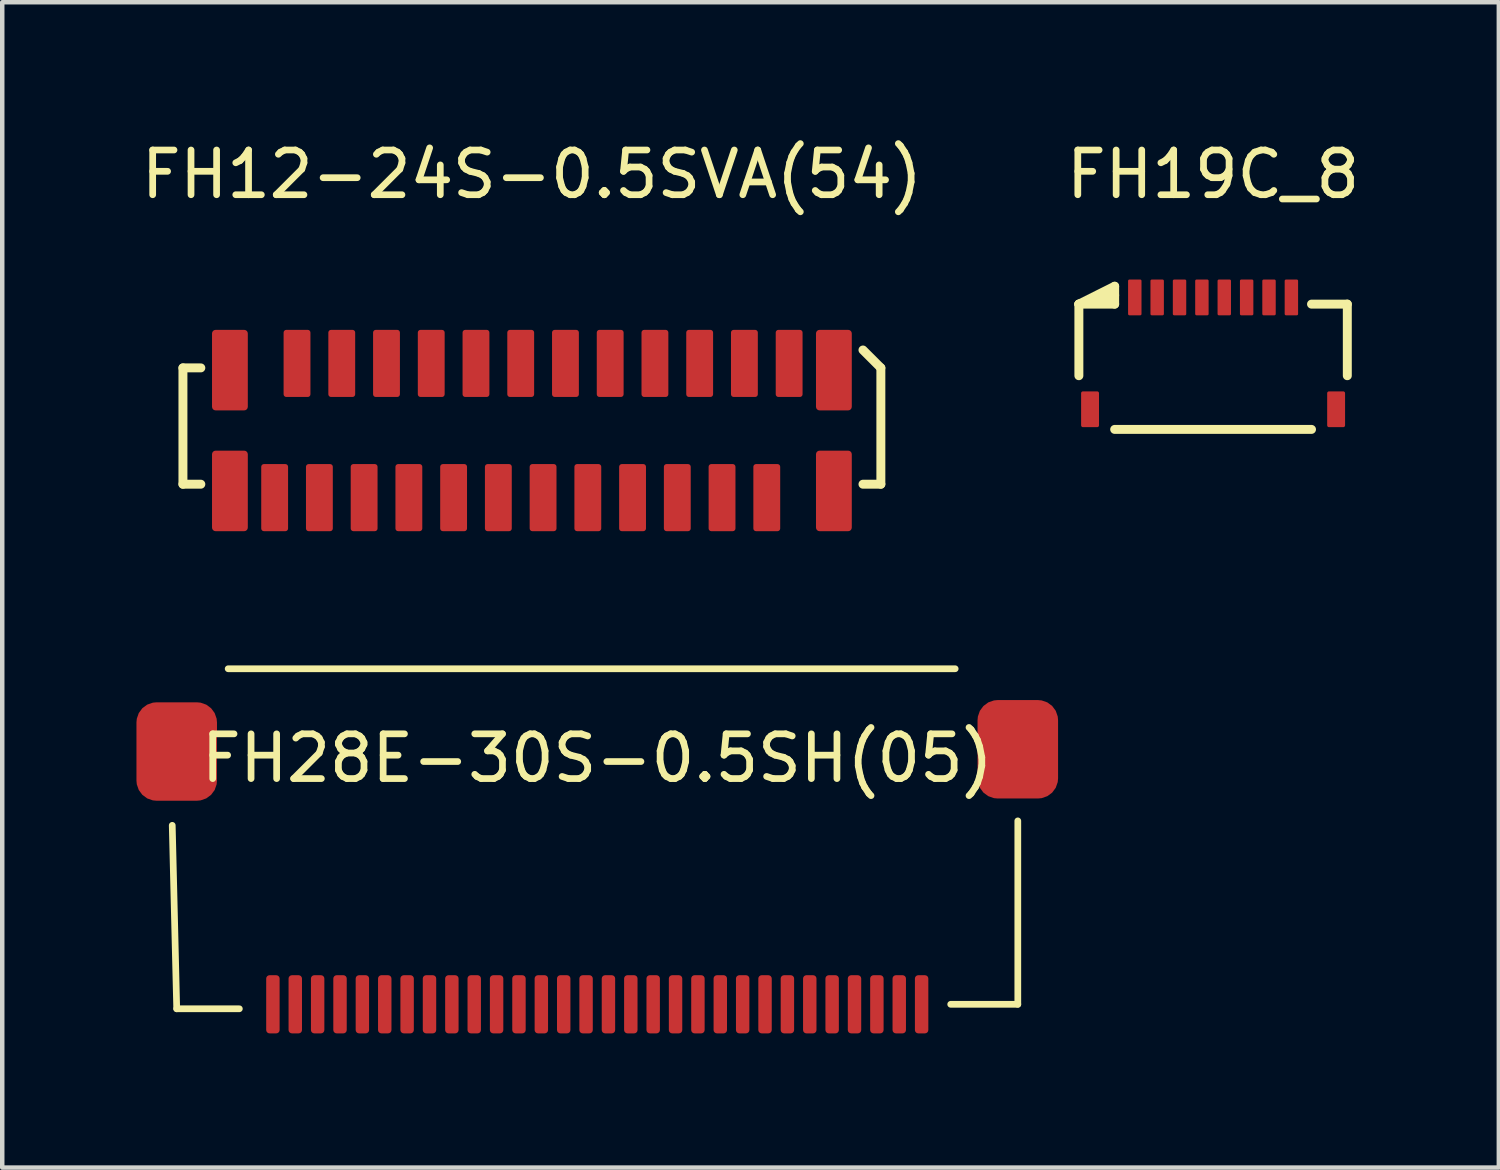
<source format=kicad_pcb>
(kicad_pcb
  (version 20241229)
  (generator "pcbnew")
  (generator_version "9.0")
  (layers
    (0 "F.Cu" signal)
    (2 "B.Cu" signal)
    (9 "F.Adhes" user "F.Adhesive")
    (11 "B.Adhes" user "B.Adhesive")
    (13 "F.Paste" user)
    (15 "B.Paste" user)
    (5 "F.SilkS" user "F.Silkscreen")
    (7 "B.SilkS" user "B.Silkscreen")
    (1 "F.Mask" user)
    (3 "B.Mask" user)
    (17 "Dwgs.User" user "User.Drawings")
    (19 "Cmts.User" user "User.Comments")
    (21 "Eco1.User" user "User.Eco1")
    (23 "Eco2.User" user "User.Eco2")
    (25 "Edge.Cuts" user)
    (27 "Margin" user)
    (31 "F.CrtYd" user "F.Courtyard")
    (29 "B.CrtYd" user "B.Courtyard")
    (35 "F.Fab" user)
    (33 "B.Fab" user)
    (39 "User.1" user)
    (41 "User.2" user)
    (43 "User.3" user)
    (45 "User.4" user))
  (footprint "FH19C_8"
    (layer "F.Cu")
    (at 24.065 6.348)
    (property "Reference" "FH19C_8" (at 0 -5.5 0) (layer "F.SilkS") (effects (font (size 1 1) (thickness 0.15))))
    (attr through_hole)
    (fp_line (start -3 -2.6) (end -3 -1) (stroke (width 0.2) (type solid)) (layer "F.SilkS"))
    (fp_line (start -3 -2.6) (end -2.2 -3) (stroke (width 0.2) (type solid)) (layer "F.SilkS"))
    (fp_line (start -3 -2.6) (end -2.2 -2.8) (stroke (width 0.2) (type solid)) (layer "F.SilkS"))
    (fp_line (start -2.2 -3) (end -2.2 -2.6) (stroke (width 0.2) (type solid)) (layer "F.SilkS"))
    (fp_line (start -2.2 -2.6) (end -3 -2.6) (stroke (width 0.2) (type solid)) (layer "F.SilkS"))
    (fp_line (start -2.2 0.2) (end 2.2 0.2) (stroke (width 0.2) (type solid)) (layer "F.SilkS"))
    (fp_line (start 2.2 -2.6) (end 3 -2.6) (stroke (width 0.2) (type solid)) (layer "F.SilkS"))
    (fp_line (start 3 -2.6) (end 3 -1) (stroke (width 0.2) (type solid)) (layer "F.SilkS"))
    (pad "" smd roundrect (at -2.75 -0.25) (size 0.4 0.8) (layers "F.Cu" "F.Mask" "F.Paste") (roundrect_rratio 0.1))
    (pad "" smd roundrect (at 2.75 -0.25) (size 0.4 0.8) (layers "F.Cu" "F.Mask" "F.Paste") (roundrect_rratio 0.1))
    (pad "1" smd roundrect (at -1.75 -2.75) (size 0.3 0.8) (layers "F.Cu" "F.Mask" "F.Paste") (roundrect_rratio 0.1))
    (pad "2" smd roundrect (at -1.25 -2.75) (size 0.3 0.8) (layers "F.Cu" "F.Mask" "F.Paste") (roundrect_rratio 0.1))
    (pad "3" smd roundrect (at -0.75 -2.75) (size 0.3 0.8) (layers "F.Cu" "F.Mask" "F.Paste") (roundrect_rratio 0.1))
    (pad "4" smd roundrect (at -0.25 -2.75) (size 0.3 0.8) (layers "F.Cu" "F.Mask" "F.Paste") (roundrect_rratio 0.1))
    (pad "5" smd roundrect (at 0.25 -2.75) (size 0.3 0.8) (layers "F.Cu" "F.Mask" "F.Paste") (roundrect_rratio 0.1))
    (pad "6" smd roundrect (at 0.75 -2.75) (size 0.3 0.8) (layers "F.Cu" "F.Mask" "F.Paste") (roundrect_rratio 0.1))
    (pad "7" smd roundrect (at 1.25 -2.75) (size 0.3 0.8) (layers "F.Cu" "F.Mask" "F.Paste") (roundrect_rratio 0.1))
    (pad "8" smd roundrect (at 1.75 -2.75) (size 0.3 0.8) (layers "F.Cu" "F.Mask" "F.Paste") (roundrect_rratio 0.1)))
  (footprint "FH12-24S-0.5SVA(54)"
    (layer "F.Cu")
    (at 8.839 6.573)
    (property "Reference" "FH12-24S-0.5SVA(54)" (at 0 -5.725 0) (layer "F.SilkS") (effects (font (size 1 1) (thickness 0.15))))
    (attr through_hole)
    (fp_line (start -7.8 -1.4) (end -7.4 -1.4) (stroke (width 0.2) (type solid)) (layer "F.SilkS"))
    (fp_line (start -7.8 1.2) (end -7.8 -1.4) (stroke (width 0.2) (type solid)) (layer "F.SilkS"))
    (fp_line (start -7.4 1.2) (end -7.8 1.2) (stroke (width 0.2) (type solid)) (layer "F.SilkS"))
    (fp_line (start 7.4 -1.8) (end 7.8 -1.4) (stroke (width 0.2) (type solid)) (layer "F.SilkS"))
    (fp_line (start 7.8 -1.4) (end 7.8 1.2) (stroke (width 0.2) (type solid)) (layer "F.SilkS"))
    (fp_line (start 7.8 1.2) (end 7.4 1.2) (stroke (width 0.2) (type solid)) (layer "F.SilkS"))
    (pad "" smd roundrect (at -6.75 -1.35) (size 0.8 1.8) (layers "F.Cu" "F.Mask" "F.Paste") (roundrect_rratio 0.1))
    (pad "" smd roundrect (at -6.75 1.35) (size 0.8 1.8) (layers "F.Cu" "F.Mask" "F.Paste") (roundrect_rratio 0.1))
    (pad "" smd roundrect (at 6.75 -1.35) (size 0.8 1.8) (layers "F.Cu" "F.Mask" "F.Paste") (roundrect_rratio 0.1))
    (pad "" smd roundrect (at 6.75 1.35) (size 0.8 1.8) (layers "F.Cu" "F.Mask" "F.Paste") (roundrect_rratio 0.1))
    (pad "1" smd roundrect (at 5.75 -1.5) (size 0.6 1.5) (layers "F.Cu" "F.Mask" "F.Paste") (roundrect_rratio 0.1))
    (pad "2" smd roundrect (at 5.25 1.5) (size 0.6 1.5) (layers "F.Cu" "F.Mask" "F.Paste") (roundrect_rratio 0.1))
    (pad "3" smd roundrect (at 4.75 -1.5) (size 0.6 1.5) (layers "F.Cu" "F.Mask" "F.Paste") (roundrect_rratio 0.1))
    (pad "4" smd roundrect (at 4.25 1.5) (size 0.6 1.5) (layers "F.Cu" "F.Mask" "F.Paste") (roundrect_rratio 0.1))
    (pad "5" smd roundrect (at 3.75 -1.5) (size 0.6 1.5) (layers "F.Cu" "F.Mask" "F.Paste") (roundrect_rratio 0.1))
    (pad "6" smd roundrect (at 3.25 1.5) (size 0.6 1.5) (layers "F.Cu" "F.Mask" "F.Paste") (roundrect_rratio 0.1))
    (pad "7" smd roundrect (at 2.75 -1.5) (size 0.6 1.5) (layers "F.Cu" "F.Mask" "F.Paste") (roundrect_rratio 0.1))
    (pad "8" smd roundrect (at 2.25 1.5) (size 0.6 1.5) (layers "F.Cu" "F.Mask" "F.Paste") (roundrect_rratio 0.1))
    (pad "9" smd roundrect (at 1.75 -1.5) (size 0.6 1.5) (layers "F.Cu" "F.Mask" "F.Paste") (roundrect_rratio 0.1))
    (pad "10" smd roundrect (at 1.25 1.5) (size 0.6 1.5) (layers "F.Cu" "F.Mask" "F.Paste") (roundrect_rratio 0.1))
    (pad "11" smd roundrect (at 0.75 -1.5) (size 0.6 1.5) (layers "F.Cu" "F.Mask" "F.Paste") (roundrect_rratio 0.1))
    (pad "12" smd roundrect (at 0.25 1.5) (size 0.6 1.5) (layers "F.Cu" "F.Mask" "F.Paste") (roundrect_rratio 0.1))
    (pad "13" smd roundrect (at -0.25 -1.5) (size 0.6 1.5) (layers "F.Cu" "F.Mask" "F.Paste") (roundrect_rratio 0.1))
    (pad "14" smd roundrect (at -0.75 1.5) (size 0.6 1.5) (layers "F.Cu" "F.Mask" "F.Paste") (roundrect_rratio 0.1))
    (pad "15" smd roundrect (at -1.25 -1.5) (size 0.6 1.5) (layers "F.Cu" "F.Mask" "F.Paste") (roundrect_rratio 0.1))
    (pad "16" smd roundrect (at -1.75 1.5) (size 0.6 1.5) (layers "F.Cu" "F.Mask" "F.Paste") (roundrect_rratio 0.1))
    (pad "17" smd roundrect (at -2.25 -1.5) (size 0.6 1.5) (layers "F.Cu" "F.Mask" "F.Paste") (roundrect_rratio 0.1))
    (pad "18" smd roundrect (at -2.75 1.5) (size 0.6 1.5) (layers "F.Cu" "F.Mask" "F.Paste") (roundrect_rratio 0.1))
    (pad "19" smd roundrect (at -3.25 -1.5) (size 0.6 1.5) (layers "F.Cu" "F.Mask" "F.Paste") (roundrect_rratio 0.1))
    (pad "20" smd roundrect (at -3.75 1.5) (size 0.6 1.5) (layers "F.Cu" "F.Mask" "F.Paste") (roundrect_rratio 0.1))
    (pad "21" smd roundrect (at -4.25 -1.5) (size 0.6 1.5) (layers "F.Cu" "F.Mask" "F.Paste") (roundrect_rratio 0.1))
    (pad "22" smd roundrect (at -4.75 1.5) (size 0.6 1.5) (layers "F.Cu" "F.Mask" "F.Paste") (roundrect_rratio 0.1))
    (pad "23" smd roundrect (at -5.25 -1.5) (size 0.6 1.5) (layers "F.Cu" "F.Mask" "F.Paste") (roundrect_rratio 0.1))
    (pad "24" smd roundrect (at -5.75 1.5) (size 0.6 1.5) (layers "F.Cu" "F.Mask" "F.Paste") (roundrect_rratio 0.1)))
  (footprint "FH28E-30S-0.5SH(05)"
    (layer "F.Cu")
    (at 10.3 19.398)
    (property "Reference" "FH28E-30S-0.5SH(05)" (at 0 -5.5 0) (layer "F.SilkS") (effects (font (size 1 1) (thickness 0.15))))
    (attr through_hole)
    (fp_line (start -9.5 -4) (end -9.4 0.1) (stroke (width 0.15) (type solid)) (layer "F.SilkS"))
    (fp_line (start -9.4 0.1) (end -8 0.1) (stroke (width 0.15) (type solid)) (layer "F.SilkS"))
    (fp_line (start -8.25 -7.5) (end 8 -7.5) (stroke (width 0.15) (type solid)) (layer "F.SilkS"))
    (fp_line (start 7.9 0) (end 9.4 0) (stroke (width 0.15) (type solid)) (layer "F.SilkS"))
    (fp_line (start 9.4 0) (end 9.4 -4.1) (stroke (width 0.15) (type solid)) (layer "F.SilkS"))
    (pad "1" smd roundrect (at 7.25 0) (size 0.3 1.3) (layers "F.Cu" "F.Mask" "F.Paste") (roundrect_rratio 0.25))
    (pad "2" smd roundrect (at 6.75 0) (size 0.3 1.3) (layers "F.Cu" "F.Mask" "F.Paste") (roundrect_rratio 0.25))
    (pad "3" smd roundrect (at 6.25 0) (size 0.3 1.3) (layers "F.Cu" "F.Mask" "F.Paste") (roundrect_rratio 0.25))
    (pad "4" smd roundrect (at 5.75 0) (size 0.3 1.3) (layers "F.Cu" "F.Mask" "F.Paste") (roundrect_rratio 0.25))
    (pad "5" smd roundrect (at 5.25 0) (size 0.3 1.3) (layers "F.Cu" "F.Mask" "F.Paste") (roundrect_rratio 0.25))
    (pad "6" smd roundrect (at 4.75 0) (size 0.3 1.3) (layers "F.Cu" "F.Mask" "F.Paste") (roundrect_rratio 0.25))
    (pad "7" smd roundrect (at 4.25 0) (size 0.3 1.3) (layers "F.Cu" "F.Mask" "F.Paste") (roundrect_rratio 0.25))
    (pad "8" smd roundrect (at 3.75 0) (size 0.3 1.3) (layers "F.Cu" "F.Mask" "F.Paste") (roundrect_rratio 0.25))
    (pad "9" smd roundrect (at 3.25 0) (size 0.3 1.3) (layers "F.Cu" "F.Mask" "F.Paste") (roundrect_rratio 0.25))
    (pad "10" smd roundrect (at 2.75 0) (size 0.3 1.3) (layers "F.Cu" "F.Mask" "F.Paste") (roundrect_rratio 0.25))
    (pad "11" smd roundrect (at 2.25 0) (size 0.3 1.3) (layers "F.Cu" "F.Mask" "F.Paste") (roundrect_rratio 0.25))
    (pad "12" smd roundrect (at 1.75 0) (size 0.3 1.3) (layers "F.Cu" "F.Mask" "F.Paste") (roundrect_rratio 0.25))
    (pad "13" smd roundrect (at 1.25 0) (size 0.3 1.3) (layers "F.Cu" "F.Mask" "F.Paste") (roundrect_rratio 0.25))
    (pad "14" smd roundrect (at 0.75 0) (size 0.3 1.3) (layers "F.Cu" "F.Mask" "F.Paste") (roundrect_rratio 0.25))
    (pad "15" smd roundrect (at 0.25 0) (size 0.3 1.3) (layers "F.Cu" "F.Mask" "F.Paste") (roundrect_rratio 0.25))
    (pad "16" smd roundrect (at -0.25 0) (size 0.3 1.3) (layers "F.Cu" "F.Mask" "F.Paste") (roundrect_rratio 0.25))
    (pad "17" smd roundrect (at -0.75 0) (size 0.3 1.3) (layers "F.Cu" "F.Mask" "F.Paste") (roundrect_rratio 0.25))
    (pad "18" smd roundrect (at -1.25 0) (size 0.3 1.3) (layers "F.Cu" "F.Mask" "F.Paste") (roundrect_rratio 0.25))
    (pad "19" smd roundrect (at -1.75 0) (size 0.3 1.3) (layers "F.Cu" "F.Mask" "F.Paste") (roundrect_rratio 0.25))
    (pad "20" smd roundrect (at -2.25 0) (size 0.3 1.3) (layers "F.Cu" "F.Mask" "F.Paste") (roundrect_rratio 0.25))
    (pad "21" smd roundrect (at -2.75 0) (size 0.3 1.3) (layers "F.Cu" "F.Mask" "F.Paste") (roundrect_rratio 0.25))
    (pad "22" smd roundrect (at -3.25 0) (size 0.3 1.3) (layers "F.Cu" "F.Mask" "F.Paste") (roundrect_rratio 0.25))
    (pad "23" smd roundrect (at -3.75 0) (size 0.3 1.3) (layers "F.Cu" "F.Mask" "F.Paste") (roundrect_rratio 0.25))
    (pad "24" smd roundrect (at -4.25 0) (size 0.3 1.3) (layers "F.Cu" "F.Mask" "F.Paste") (roundrect_rratio 0.25))
    (pad "25" smd roundrect (at -4.75 0) (size 0.3 1.3) (layers "F.Cu" "F.Mask" "F.Paste") (roundrect_rratio 0.25))
    (pad "26" smd roundrect (at -5.25 0) (size 0.3 1.3) (layers "F.Cu" "F.Mask" "F.Paste") (roundrect_rratio 0.25))
    (pad "27" smd roundrect (at -5.75 0) (size 0.3 1.3) (layers "F.Cu" "F.Mask" "F.Paste") (roundrect_rratio 0.25))
    (pad "28" smd roundrect (at -6.25 0) (size 0.3 1.3) (layers "F.Cu" "F.Mask" "F.Paste") (roundrect_rratio 0.25))
    (pad "29" smd roundrect (at -6.75 0) (size 0.3 1.3) (layers "F.Cu" "F.Mask" "F.Paste") (roundrect_rratio 0.25))
    (pad "30" smd roundrect (at -7.25 0) (size 0.3 1.3) (layers "F.Cu" "F.Mask" "F.Paste") (roundrect_rratio 0.25))
    (pad "31" smd roundrect (at -9.4 -5.65) (size 1.8 2.2) (layers "F.Cu" "F.Mask" "F.Paste") (roundrect_rratio 0.25))
    (pad "31" smd roundrect (at 9.4 -5.7) (size 1.8 2.2) (layers "F.Cu" "F.Mask" "F.Paste") (roundrect_rratio 0.25)))
  (gr_rect
    (start -3 -3)
    (end 30.452 23.048)
    (stroke (width 0.1) (type default))
    (fill no)
    (layer "Edge.Cuts")))
</source>
